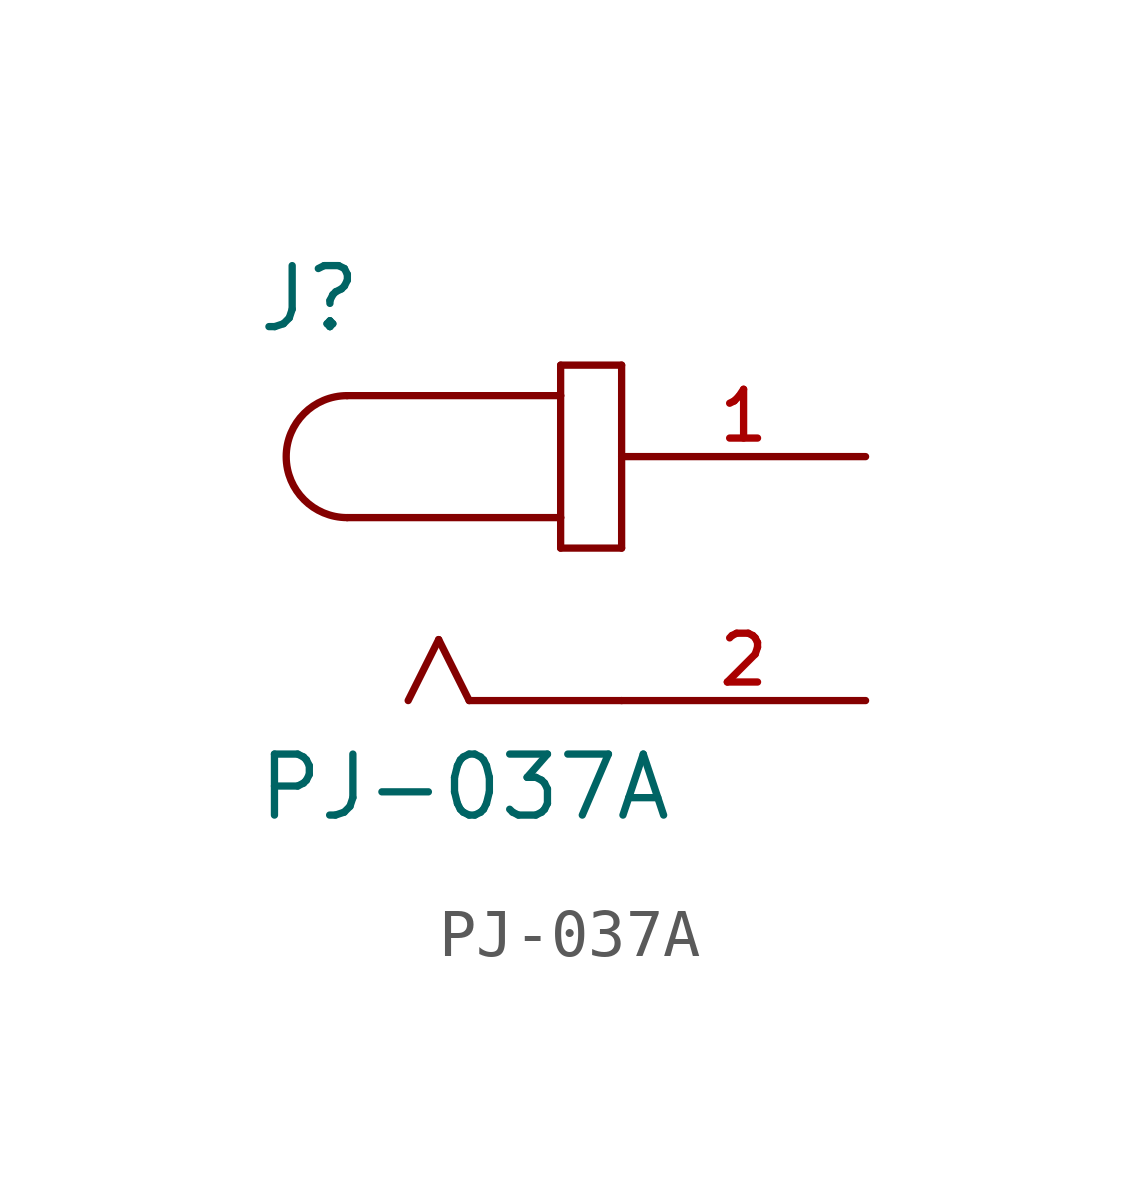
<source format=kicad_sym>
(kicad_symbol_lib
  (version 20211014)
  (generator kicad_symbol_editor)
  (symbol "PJ-037A"
    (pin_names
      (offset 1.016))
    (property "Reference" "J"
      (at -7.626 5.084 0)
      (effects (font (size 1.27 1.27)) (justify bottom left)))
    (property "Value" "PJ-037A"
      (at -7.632 -5.088 0)
      (effects (font (size 1.27 1.27)) (justify bottom left)))
    (symbol "PJ-037A_0_0"
      (arc (start -5.715 3.81) (mid -6.985 2.54) (end -5.715 1.27) (stroke (width 0.1524) (type default) (color 0 0 0 0)) (fill (type none)))
      (polyline (pts (xy -5.715 3.81) (xy -1.27 3.81)) (stroke (width 0.152)))
      (polyline (pts (xy -1.27 3.81) (xy -1.27 1.27)) (stroke (width 0.152)))
      (polyline (pts (xy -1.27 1.27) (xy -5.715 1.27)) (stroke (width 0.152)))
      (polyline (pts (xy -1.27 1.27) (xy -1.27 0.635)) (stroke (width 0.152)))
      (polyline (pts (xy -1.27 0.635) (xy 0.0 0.635)) (stroke (width 0.152)))
      (polyline (pts (xy 0.0 0.635) (xy 0.0 4.445)) (stroke (width 0.152)))
      (polyline (pts (xy 0.0 4.445) (xy -1.27 4.445)) (stroke (width 0.152)))
      (polyline (pts (xy -1.27 4.445) (xy -1.27 3.81)) (stroke (width 0.152)))
      (polyline (pts (xy 0.0 -2.54) (xy -3.175 -2.54)) (stroke (width 0.152)))
      (polyline (pts (xy -3.175 -2.54) (xy -3.81 -1.27)) (stroke (width 0.152)))
      (polyline (pts (xy -3.81 -1.27) (xy -4.445 -2.54)) (stroke (width 0.152)))
      (pin passive line (at 5.08 2.54 180.0) (length 5.08) (name "~" (effects (font (size 1.016 1.016)))) (number "1" (effects (font (size 1.016 1.016)))))
      (pin passive line (at 5.08 -2.54 180.0) (length 5.08) (name "~" (effects (font (size 1.016 1.016)))) (number "2" (effects (font (size 1.016 1.016))))))))
</source>
